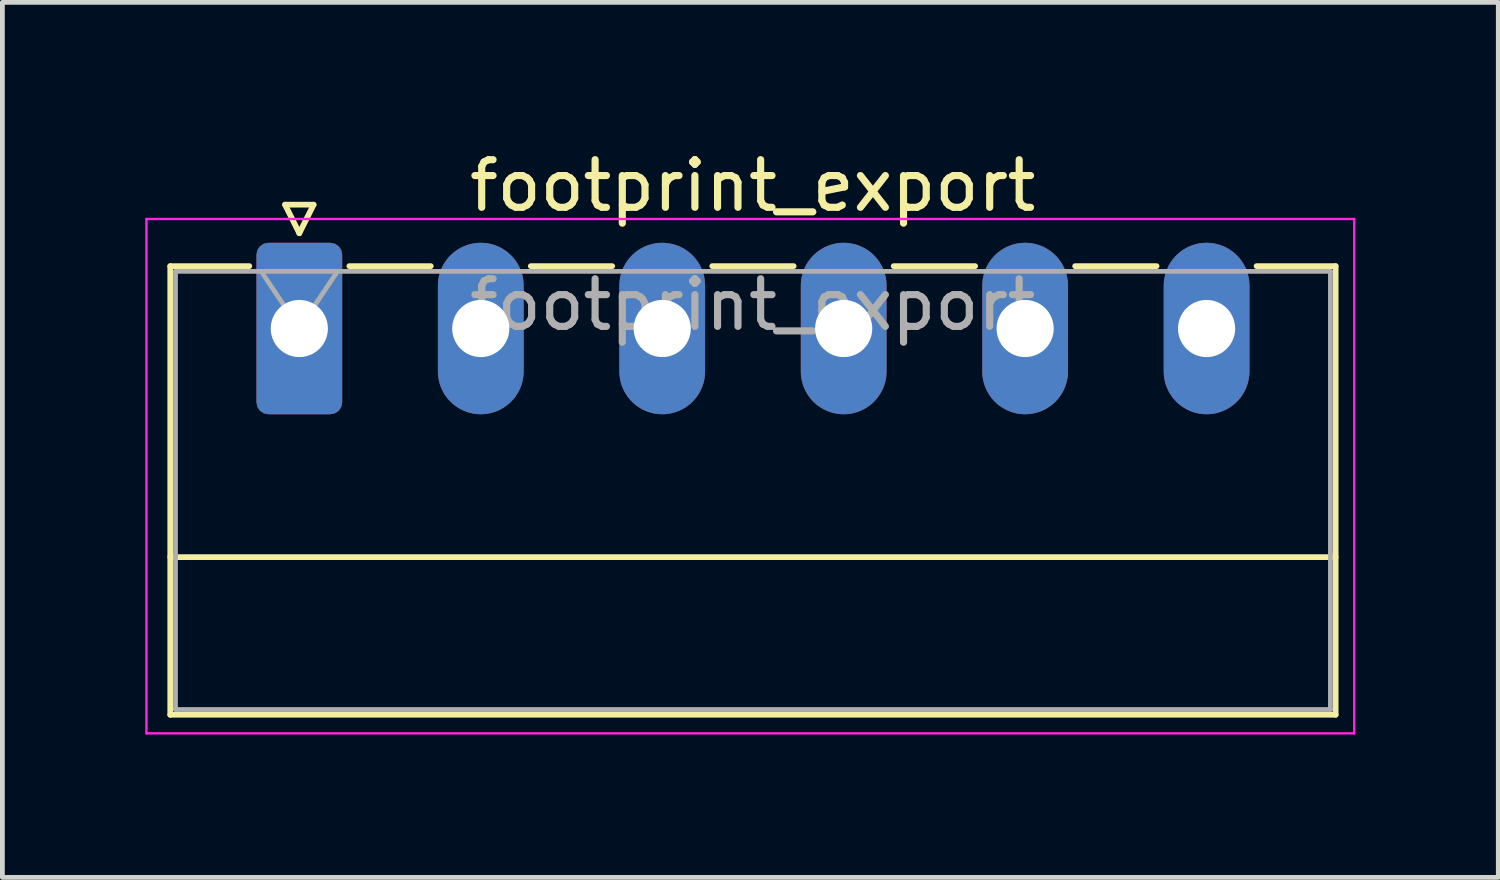
<source format=kicad_pcb>
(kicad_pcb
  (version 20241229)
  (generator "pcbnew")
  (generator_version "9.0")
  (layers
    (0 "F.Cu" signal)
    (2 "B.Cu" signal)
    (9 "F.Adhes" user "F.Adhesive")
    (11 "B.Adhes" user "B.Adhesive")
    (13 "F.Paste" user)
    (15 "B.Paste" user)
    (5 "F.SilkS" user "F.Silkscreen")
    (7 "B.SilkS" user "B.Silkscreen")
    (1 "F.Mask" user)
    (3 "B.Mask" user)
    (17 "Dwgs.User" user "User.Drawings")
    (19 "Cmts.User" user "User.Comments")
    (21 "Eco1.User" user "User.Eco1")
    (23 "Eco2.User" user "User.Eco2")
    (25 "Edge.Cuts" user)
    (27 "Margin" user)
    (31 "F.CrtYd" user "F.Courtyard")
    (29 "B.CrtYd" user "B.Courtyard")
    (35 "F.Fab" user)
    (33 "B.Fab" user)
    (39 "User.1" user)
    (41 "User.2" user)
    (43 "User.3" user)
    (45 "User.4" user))
  (footprint "footprint_export"
    (layer "F.Cu")
    (at 3.235 3.848)
    (property "Reference" "footprint_export" (at 9.52 -3 0) (layer "F.SilkS") (effects (font (size 1 1) (thickness 0.15))))
    (attr through_hole)
    (fp_line (start -2.71 -1.31) (end -2.71 8.11) (stroke (width 0.12) (type solid)) (layer "F.SilkS"))
    (fp_line (start -2.71 -1.31) (end -1.05 -1.31) (stroke (width 0.12) (type solid)) (layer "F.SilkS"))
    (fp_line (start -2.71 4.8) (end 21.76 4.8) (stroke (width 0.12) (type solid)) (layer "F.SilkS"))
    (fp_line (start -2.71 8.11) (end 21.76 8.11) (stroke (width 0.12) (type solid)) (layer "F.SilkS"))
    (fp_line (start -0.3 -2.6) (end 0.3 -2.6) (stroke (width 0.12) (type solid)) (layer "F.SilkS"))
    (fp_line (start 0 -2) (end -0.3 -2.6) (stroke (width 0.12) (type solid)) (layer "F.SilkS"))
    (fp_line (start 0.3 -2.6) (end 0 -2) (stroke (width 0.12) (type solid)) (layer "F.SilkS"))
    (fp_line (start 1.05 -1.31) (end 2.76 -1.31) (stroke (width 0.12) (type solid)) (layer "F.SilkS"))
    (fp_line (start 4.86 -1.31) (end 6.57 -1.31) (stroke (width 0.12) (type solid)) (layer "F.SilkS"))
    (fp_line (start 8.67 -1.31) (end 10.38 -1.31) (stroke (width 0.12) (type solid)) (layer "F.SilkS"))
    (fp_line (start 12.48 -1.31) (end 14.19 -1.31) (stroke (width 0.12) (type solid)) (layer "F.SilkS"))
    (fp_line (start 16.29 -1.31) (end 18 -1.31) (stroke (width 0.12) (type solid)) (layer "F.SilkS"))
    (fp_line (start 21.76 -1.31) (end 20.1 -1.31) (stroke (width 0.12) (type solid)) (layer "F.SilkS"))
    (fp_line (start 21.76 8.11) (end 21.76 -1.31) (stroke (width 0.12) (type solid)) (layer "F.SilkS"))
    (fp_line (start -3.21 -2.3) (end -3.21 8.5) (stroke (width 0.05) (type solid)) (layer "F.CrtYd"))
    (fp_line (start -3.21 8.5) (end 22.15 8.5) (stroke (width 0.05) (type solid)) (layer "F.CrtYd"))
    (fp_line (start 22.15 -2.3) (end -3.21 -2.3) (stroke (width 0.05) (type solid)) (layer "F.CrtYd"))
    (fp_line (start 22.15 8.5) (end 22.15 -2.3) (stroke (width 0.05) (type solid)) (layer "F.CrtYd"))
    (fp_line (start -2.6 -1.2) (end -2.6 8) (stroke (width 0.1) (type solid)) (layer "F.Fab"))
    (fp_line (start -2.6 8) (end 21.65 8) (stroke (width 0.1) (type solid)) (layer "F.Fab"))
    (fp_line (start 0 0) (end -0.8 -1.2) (stroke (width 0.1) (type solid)) (layer "F.Fab"))
    (fp_line (start 0.8 -1.2) (end 0 0) (stroke (width 0.1) (type solid)) (layer "F.Fab"))
    (fp_line (start 21.65 -1.2) (end -2.6 -1.2) (stroke (width 0.1) (type solid)) (layer "F.Fab"))
    (fp_line (start 21.65 8) (end 21.65 -1.2) (stroke (width 0.1) (type solid)) (layer "F.Fab"))
    (fp_text user "${REFERENCE}" (at 9.52 -0.5 0) (layer "F.Fab") (effects (font (size 1 1) (thickness 0.15))))
    (pad "1" thru_hole roundrect (at 0 0) (size 1.8 3.6) (drill 1.2) (layers "*.Cu" "*.Mask") (roundrect_rratio 0.139))
    (pad "2" thru_hole oval (at 3.81 0) (size 1.8 3.6) (drill 1.2) (layers "*.Cu" "*.Mask"))
    (pad "3" thru_hole oval (at 7.62 0) (size 1.8 3.6) (drill 1.2) (layers "*.Cu" "*.Mask"))
    (pad "4" thru_hole oval (at 11.43 0) (size 1.8 3.6) (drill 1.2) (layers "*.Cu" "*.Mask"))
    (pad "5" thru_hole oval (at 15.24 0) (size 1.8 3.6) (drill 1.2) (layers "*.Cu" "*.Mask"))
    (pad "6" thru_hole oval (at 19.05 0) (size 1.8 3.6) (drill 1.2) (layers "*.Cu" "*.Mask")))
  (gr_rect
    (start -3 -3)
    (end 28.41 15.373)
    (stroke (width 0.1) (type default))
    (fill no)
    (layer "Edge.Cuts")))
</source>
